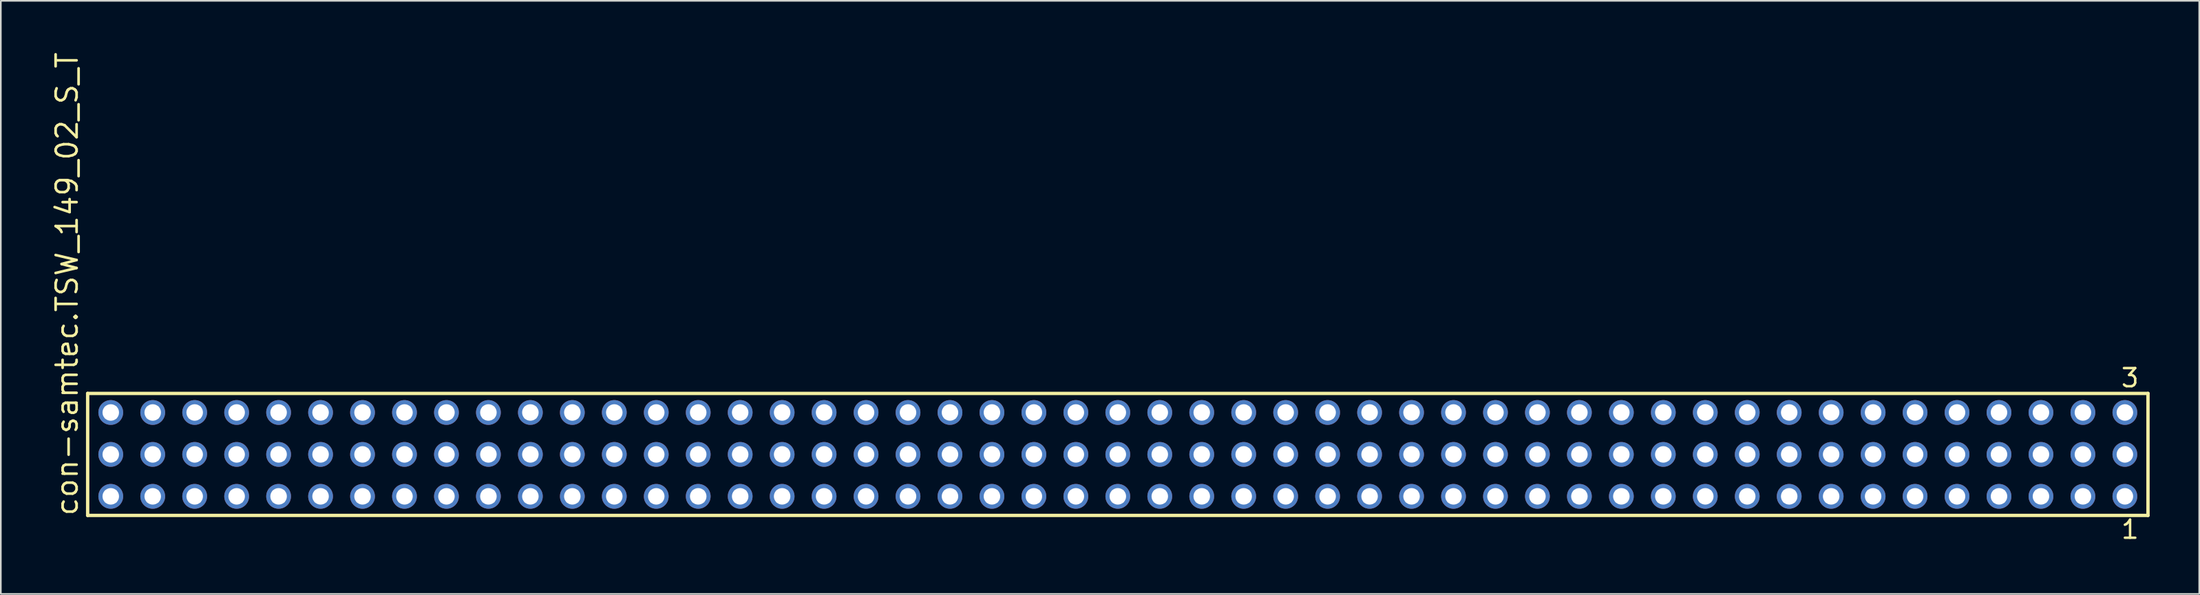
<source format=kicad_pcb>
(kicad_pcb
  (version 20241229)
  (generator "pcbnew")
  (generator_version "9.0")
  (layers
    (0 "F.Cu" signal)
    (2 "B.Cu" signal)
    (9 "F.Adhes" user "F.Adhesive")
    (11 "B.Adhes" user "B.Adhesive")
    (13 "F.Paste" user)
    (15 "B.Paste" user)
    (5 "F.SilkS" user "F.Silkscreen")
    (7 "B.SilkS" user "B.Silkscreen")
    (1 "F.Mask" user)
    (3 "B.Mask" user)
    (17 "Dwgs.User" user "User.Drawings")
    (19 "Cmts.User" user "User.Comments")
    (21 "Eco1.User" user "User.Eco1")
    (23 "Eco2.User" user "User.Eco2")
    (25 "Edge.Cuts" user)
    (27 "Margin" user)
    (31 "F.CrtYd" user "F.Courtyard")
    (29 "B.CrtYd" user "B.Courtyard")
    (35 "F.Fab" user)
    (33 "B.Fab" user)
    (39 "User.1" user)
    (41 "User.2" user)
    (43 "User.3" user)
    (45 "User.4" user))
  (footprint "con-samtec.TSW_149_02_S_T"
    (layer "F.Cu")
    (at 64.615 24.477)
    (property "Reference" "con-samtec.TSW_149_02_S_T" (at -62.865 3.81 90) (layer "F.SilkS") (effects (font (size 1.27 1.27) (thickness 0.16)) (justify left bottom)))
    (attr through_hole)
    (fp_line (start -62.359 -3.695) (end 62.359 -3.695) (stroke (width 0.203) (type default)) (layer "F.SilkS"))
    (fp_line (start -62.359 3.695) (end -62.359 -3.695) (stroke (width 0.203) (type default)) (layer "F.SilkS"))
    (fp_line (start 62.359 -3.695) (end 62.359 3.695) (stroke (width 0.203) (type default)) (layer "F.SilkS"))
    (fp_line (start 62.359 3.695) (end -62.359 3.695) (stroke (width 0.203) (type default)) (layer "F.SilkS"))
    (fp_rect (start -61.31 -2.19) (end -60.61 -2.89) (stroke (width 0.05) (type default)) (fill no) (layer "F.Fab"))
    (fp_rect (start -61.31 0.35) (end -60.61 -0.35) (stroke (width 0.05) (type default)) (fill no) (layer "F.Fab"))
    (fp_rect (start -61.31 2.89) (end -60.61 2.19) (stroke (width 0.05) (type default)) (fill no) (layer "F.Fab"))
    (fp_rect (start -58.77 -2.19) (end -58.07 -2.89) (stroke (width 0.05) (type default)) (fill no) (layer "F.Fab"))
    (fp_rect (start -58.77 0.35) (end -58.07 -0.35) (stroke (width 0.05) (type default)) (fill no) (layer "F.Fab"))
    (fp_rect (start -58.77 2.89) (end -58.07 2.19) (stroke (width 0.05) (type default)) (fill no) (layer "F.Fab"))
    (fp_rect (start -56.23 -2.19) (end -55.53 -2.89) (stroke (width 0.05) (type default)) (fill no) (layer "F.Fab"))
    (fp_rect (start -56.23 0.35) (end -55.53 -0.35) (stroke (width 0.05) (type default)) (fill no) (layer "F.Fab"))
    (fp_rect (start -56.23 2.89) (end -55.53 2.19) (stroke (width 0.05) (type default)) (fill no) (layer "F.Fab"))
    (fp_rect (start -53.69 -2.19) (end -52.99 -2.89) (stroke (width 0.05) (type default)) (fill no) (layer "F.Fab"))
    (fp_rect (start -53.69 0.35) (end -52.99 -0.35) (stroke (width 0.05) (type default)) (fill no) (layer "F.Fab"))
    (fp_rect (start -53.69 2.89) (end -52.99 2.19) (stroke (width 0.05) (type default)) (fill no) (layer "F.Fab"))
    (fp_rect (start -51.15 -2.19) (end -50.45 -2.89) (stroke (width 0.05) (type default)) (fill no) (layer "F.Fab"))
    (fp_rect (start -51.15 0.35) (end -50.45 -0.35) (stroke (width 0.05) (type default)) (fill no) (layer "F.Fab"))
    (fp_rect (start -51.15 2.89) (end -50.45 2.19) (stroke (width 0.05) (type default)) (fill no) (layer "F.Fab"))
    (fp_rect (start -48.61 -2.19) (end -47.91 -2.89) (stroke (width 0.05) (type default)) (fill no) (layer "F.Fab"))
    (fp_rect (start -48.61 0.35) (end -47.91 -0.35) (stroke (width 0.05) (type default)) (fill no) (layer "F.Fab"))
    (fp_rect (start -48.61 2.89) (end -47.91 2.19) (stroke (width 0.05) (type default)) (fill no) (layer "F.Fab"))
    (fp_rect (start -46.07 -2.19) (end -45.37 -2.89) (stroke (width 0.05) (type default)) (fill no) (layer "F.Fab"))
    (fp_rect (start -46.07 0.35) (end -45.37 -0.35) (stroke (width 0.05) (type default)) (fill no) (layer "F.Fab"))
    (fp_rect (start -46.07 2.89) (end -45.37 2.19) (stroke (width 0.05) (type default)) (fill no) (layer "F.Fab"))
    (fp_rect (start -43.53 -2.19) (end -42.83 -2.89) (stroke (width 0.05) (type default)) (fill no) (layer "F.Fab"))
    (fp_rect (start -43.53 0.35) (end -42.83 -0.35) (stroke (width 0.05) (type default)) (fill no) (layer "F.Fab"))
    (fp_rect (start -43.53 2.89) (end -42.83 2.19) (stroke (width 0.05) (type default)) (fill no) (layer "F.Fab"))
    (fp_rect (start -40.99 -2.19) (end -40.29 -2.89) (stroke (width 0.05) (type default)) (fill no) (layer "F.Fab"))
    (fp_rect (start -40.99 0.35) (end -40.29 -0.35) (stroke (width 0.05) (type default)) (fill no) (layer "F.Fab"))
    (fp_rect (start -40.99 2.89) (end -40.29 2.19) (stroke (width 0.05) (type default)) (fill no) (layer "F.Fab"))
    (fp_rect (start -38.45 -2.19) (end -37.75 -2.89) (stroke (width 0.05) (type default)) (fill no) (layer "F.Fab"))
    (fp_rect (start -38.45 0.35) (end -37.75 -0.35) (stroke (width 0.05) (type default)) (fill no) (layer "F.Fab"))
    (fp_rect (start -38.45 2.89) (end -37.75 2.19) (stroke (width 0.05) (type default)) (fill no) (layer "F.Fab"))
    (fp_rect (start -35.91 -2.19) (end -35.21 -2.89) (stroke (width 0.05) (type default)) (fill no) (layer "F.Fab"))
    (fp_rect (start -35.91 0.35) (end -35.21 -0.35) (stroke (width 0.05) (type default)) (fill no) (layer "F.Fab"))
    (fp_rect (start -35.91 2.89) (end -35.21 2.19) (stroke (width 0.05) (type default)) (fill no) (layer "F.Fab"))
    (fp_rect (start -33.37 -2.19) (end -32.67 -2.89) (stroke (width 0.05) (type default)) (fill no) (layer "F.Fab"))
    (fp_rect (start -33.37 0.35) (end -32.67 -0.35) (stroke (width 0.05) (type default)) (fill no) (layer "F.Fab"))
    (fp_rect (start -33.37 2.89) (end -32.67 2.19) (stroke (width 0.05) (type default)) (fill no) (layer "F.Fab"))
    (fp_rect (start -30.83 -2.19) (end -30.13 -2.89) (stroke (width 0.05) (type default)) (fill no) (layer "F.Fab"))
    (fp_rect (start -30.83 0.35) (end -30.13 -0.35) (stroke (width 0.05) (type default)) (fill no) (layer "F.Fab"))
    (fp_rect (start -30.83 2.89) (end -30.13 2.19) (stroke (width 0.05) (type default)) (fill no) (layer "F.Fab"))
    (fp_rect (start -28.29 -2.19) (end -27.59 -2.89) (stroke (width 0.05) (type default)) (fill no) (layer "F.Fab"))
    (fp_rect (start -28.29 0.35) (end -27.59 -0.35) (stroke (width 0.05) (type default)) (fill no) (layer "F.Fab"))
    (fp_rect (start -28.29 2.89) (end -27.59 2.19) (stroke (width 0.05) (type default)) (fill no) (layer "F.Fab"))
    (fp_rect (start -25.75 -2.19) (end -25.05 -2.89) (stroke (width 0.05) (type default)) (fill no) (layer "F.Fab"))
    (fp_rect (start -25.75 0.35) (end -25.05 -0.35) (stroke (width 0.05) (type default)) (fill no) (layer "F.Fab"))
    (fp_rect (start -25.75 2.89) (end -25.05 2.19) (stroke (width 0.05) (type default)) (fill no) (layer "F.Fab"))
    (fp_rect (start -23.21 -2.19) (end -22.51 -2.89) (stroke (width 0.05) (type default)) (fill no) (layer "F.Fab"))
    (fp_rect (start -23.21 0.35) (end -22.51 -0.35) (stroke (width 0.05) (type default)) (fill no) (layer "F.Fab"))
    (fp_rect (start -23.21 2.89) (end -22.51 2.19) (stroke (width 0.05) (type default)) (fill no) (layer "F.Fab"))
    (fp_rect (start -20.67 -2.19) (end -19.97 -2.89) (stroke (width 0.05) (type default)) (fill no) (layer "F.Fab"))
    (fp_rect (start -20.67 0.35) (end -19.97 -0.35) (stroke (width 0.05) (type default)) (fill no) (layer "F.Fab"))
    (fp_rect (start -20.67 2.89) (end -19.97 2.19) (stroke (width 0.05) (type default)) (fill no) (layer "F.Fab"))
    (fp_rect (start -18.13 -2.19) (end -17.43 -2.89) (stroke (width 0.05) (type default)) (fill no) (layer "F.Fab"))
    (fp_rect (start -18.13 0.35) (end -17.43 -0.35) (stroke (width 0.05) (type default)) (fill no) (layer "F.Fab"))
    (fp_rect (start -18.13 2.89) (end -17.43 2.19) (stroke (width 0.05) (type default)) (fill no) (layer "F.Fab"))
    (fp_rect (start -15.59 -2.19) (end -14.89 -2.89) (stroke (width 0.05) (type default)) (fill no) (layer "F.Fab"))
    (fp_rect (start -15.59 0.35) (end -14.89 -0.35) (stroke (width 0.05) (type default)) (fill no) (layer "F.Fab"))
    (fp_rect (start -15.59 2.89) (end -14.89 2.19) (stroke (width 0.05) (type default)) (fill no) (layer "F.Fab"))
    (fp_rect (start -13.05 -2.19) (end -12.35 -2.89) (stroke (width 0.05) (type default)) (fill no) (layer "F.Fab"))
    (fp_rect (start -13.05 0.35) (end -12.35 -0.35) (stroke (width 0.05) (type default)) (fill no) (layer "F.Fab"))
    (fp_rect (start -13.05 2.89) (end -12.35 2.19) (stroke (width 0.05) (type default)) (fill no) (layer "F.Fab"))
    (fp_rect (start -10.51 -2.19) (end -9.81 -2.89) (stroke (width 0.05) (type default)) (fill no) (layer "F.Fab"))
    (fp_rect (start -10.51 0.35) (end -9.81 -0.35) (stroke (width 0.05) (type default)) (fill no) (layer "F.Fab"))
    (fp_rect (start -10.51 2.89) (end -9.81 2.19) (stroke (width 0.05) (type default)) (fill no) (layer "F.Fab"))
    (fp_rect (start -7.97 -2.19) (end -7.27 -2.89) (stroke (width 0.05) (type default)) (fill no) (layer "F.Fab"))
    (fp_rect (start -7.97 0.35) (end -7.27 -0.35) (stroke (width 0.05) (type default)) (fill no) (layer "F.Fab"))
    (fp_rect (start -7.97 2.89) (end -7.27 2.19) (stroke (width 0.05) (type default)) (fill no) (layer "F.Fab"))
    (fp_rect (start -5.43 -2.19) (end -4.73 -2.89) (stroke (width 0.05) (type default)) (fill no) (layer "F.Fab"))
    (fp_rect (start -5.43 0.35) (end -4.73 -0.35) (stroke (width 0.05) (type default)) (fill no) (layer "F.Fab"))
    (fp_rect (start -5.43 2.89) (end -4.73 2.19) (stroke (width 0.05) (type default)) (fill no) (layer "F.Fab"))
    (fp_rect (start -2.89 -2.19) (end -2.19 -2.89) (stroke (width 0.05) (type default)) (fill no) (layer "F.Fab"))
    (fp_rect (start -2.89 0.35) (end -2.19 -0.35) (stroke (width 0.05) (type default)) (fill no) (layer "F.Fab"))
    (fp_rect (start -2.89 2.89) (end -2.19 2.19) (stroke (width 0.05) (type default)) (fill no) (layer "F.Fab"))
    (fp_rect (start -0.35 -2.19) (end 0.35 -2.89) (stroke (width 0.05) (type default)) (fill no) (layer "F.Fab"))
    (fp_rect (start -0.35 0.35) (end 0.35 -0.35) (stroke (width 0.05) (type default)) (fill no) (layer "F.Fab"))
    (fp_rect (start -0.35 2.89) (end 0.35 2.19) (stroke (width 0.05) (type default)) (fill no) (layer "F.Fab"))
    (fp_rect (start 2.19 -2.19) (end 2.89 -2.89) (stroke (width 0.05) (type default)) (fill no) (layer "F.Fab"))
    (fp_rect (start 2.19 0.35) (end 2.89 -0.35) (stroke (width 0.05) (type default)) (fill no) (layer "F.Fab"))
    (fp_rect (start 2.19 2.89) (end 2.89 2.19) (stroke (width 0.05) (type default)) (fill no) (layer "F.Fab"))
    (fp_rect (start 4.73 -2.19) (end 5.43 -2.89) (stroke (width 0.05) (type default)) (fill no) (layer "F.Fab"))
    (fp_rect (start 4.73 0.35) (end 5.43 -0.35) (stroke (width 0.05) (type default)) (fill no) (layer "F.Fab"))
    (fp_rect (start 4.73 2.89) (end 5.43 2.19) (stroke (width 0.05) (type default)) (fill no) (layer "F.Fab"))
    (fp_rect (start 7.27 -2.19) (end 7.97 -2.89) (stroke (width 0.05) (type default)) (fill no) (layer "F.Fab"))
    (fp_rect (start 7.27 0.35) (end 7.97 -0.35) (stroke (width 0.05) (type default)) (fill no) (layer "F.Fab"))
    (fp_rect (start 7.27 2.89) (end 7.97 2.19) (stroke (width 0.05) (type default)) (fill no) (layer "F.Fab"))
    (fp_rect (start 9.81 -2.19) (end 10.51 -2.89) (stroke (width 0.05) (type default)) (fill no) (layer "F.Fab"))
    (fp_rect (start 9.81 0.35) (end 10.51 -0.35) (stroke (width 0.05) (type default)) (fill no) (layer "F.Fab"))
    (fp_rect (start 9.81 2.89) (end 10.51 2.19) (stroke (width 0.05) (type default)) (fill no) (layer "F.Fab"))
    (fp_rect (start 12.35 -2.19) (end 13.05 -2.89) (stroke (width 0.05) (type default)) (fill no) (layer "F.Fab"))
    (fp_rect (start 12.35 0.35) (end 13.05 -0.35) (stroke (width 0.05) (type default)) (fill no) (layer "F.Fab"))
    (fp_rect (start 12.35 2.89) (end 13.05 2.19) (stroke (width 0.05) (type default)) (fill no) (layer "F.Fab"))
    (fp_rect (start 14.89 -2.19) (end 15.59 -2.89) (stroke (width 0.05) (type default)) (fill no) (layer "F.Fab"))
    (fp_rect (start 14.89 0.35) (end 15.59 -0.35) (stroke (width 0.05) (type default)) (fill no) (layer "F.Fab"))
    (fp_rect (start 14.89 2.89) (end 15.59 2.19) (stroke (width 0.05) (type default)) (fill no) (layer "F.Fab"))
    (fp_rect (start 17.43 -2.19) (end 18.13 -2.89) (stroke (width 0.05) (type default)) (fill no) (layer "F.Fab"))
    (fp_rect (start 17.43 0.35) (end 18.13 -0.35) (stroke (width 0.05) (type default)) (fill no) (layer "F.Fab"))
    (fp_rect (start 17.43 2.89) (end 18.13 2.19) (stroke (width 0.05) (type default)) (fill no) (layer "F.Fab"))
    (fp_rect (start 19.97 -2.19) (end 20.67 -2.89) (stroke (width 0.05) (type default)) (fill no) (layer "F.Fab"))
    (fp_rect (start 19.97 0.35) (end 20.67 -0.35) (stroke (width 0.05) (type default)) (fill no) (layer "F.Fab"))
    (fp_rect (start 19.97 2.89) (end 20.67 2.19) (stroke (width 0.05) (type default)) (fill no) (layer "F.Fab"))
    (fp_rect (start 22.51 -2.19) (end 23.21 -2.89) (stroke (width 0.05) (type default)) (fill no) (layer "F.Fab"))
    (fp_rect (start 22.51 0.35) (end 23.21 -0.35) (stroke (width 0.05) (type default)) (fill no) (layer "F.Fab"))
    (fp_rect (start 22.51 2.89) (end 23.21 2.19) (stroke (width 0.05) (type default)) (fill no) (layer "F.Fab"))
    (fp_rect (start 25.05 -2.19) (end 25.75 -2.89) (stroke (width 0.05) (type default)) (fill no) (layer "F.Fab"))
    (fp_rect (start 25.05 0.35) (end 25.75 -0.35) (stroke (width 0.05) (type default)) (fill no) (layer "F.Fab"))
    (fp_rect (start 25.05 2.89) (end 25.75 2.19) (stroke (width 0.05) (type default)) (fill no) (layer "F.Fab"))
    (fp_rect (start 27.59 -2.19) (end 28.29 -2.89) (stroke (width 0.05) (type default)) (fill no) (layer "F.Fab"))
    (fp_rect (start 27.59 0.35) (end 28.29 -0.35) (stroke (width 0.05) (type default)) (fill no) (layer "F.Fab"))
    (fp_rect (start 27.59 2.89) (end 28.29 2.19) (stroke (width 0.05) (type default)) (fill no) (layer "F.Fab"))
    (fp_rect (start 30.13 -2.19) (end 30.83 -2.89) (stroke (width 0.05) (type default)) (fill no) (layer "F.Fab"))
    (fp_rect (start 30.13 0.35) (end 30.83 -0.35) (stroke (width 0.05) (type default)) (fill no) (layer "F.Fab"))
    (fp_rect (start 30.13 2.89) (end 30.83 2.19) (stroke (width 0.05) (type default)) (fill no) (layer "F.Fab"))
    (fp_rect (start 32.67 -2.19) (end 33.37 -2.89) (stroke (width 0.05) (type default)) (fill no) (layer "F.Fab"))
    (fp_rect (start 32.67 0.35) (end 33.37 -0.35) (stroke (width 0.05) (type default)) (fill no) (layer "F.Fab"))
    (fp_rect (start 32.67 2.89) (end 33.37 2.19) (stroke (width 0.05) (type default)) (fill no) (layer "F.Fab"))
    (fp_rect (start 35.21 -2.19) (end 35.91 -2.89) (stroke (width 0.05) (type default)) (fill no) (layer "F.Fab"))
    (fp_rect (start 35.21 0.35) (end 35.91 -0.35) (stroke (width 0.05) (type default)) (fill no) (layer "F.Fab"))
    (fp_rect (start 35.21 2.89) (end 35.91 2.19) (stroke (width 0.05) (type default)) (fill no) (layer "F.Fab"))
    (fp_rect (start 37.75 -2.19) (end 38.45 -2.89) (stroke (width 0.05) (type default)) (fill no) (layer "F.Fab"))
    (fp_rect (start 37.75 0.35) (end 38.45 -0.35) (stroke (width 0.05) (type default)) (fill no) (layer "F.Fab"))
    (fp_rect (start 37.75 2.89) (end 38.45 2.19) (stroke (width 0.05) (type default)) (fill no) (layer "F.Fab"))
    (fp_rect (start 40.29 -2.19) (end 40.99 -2.89) (stroke (width 0.05) (type default)) (fill no) (layer "F.Fab"))
    (fp_rect (start 40.29 0.35) (end 40.99 -0.35) (stroke (width 0.05) (type default)) (fill no) (layer "F.Fab"))
    (fp_rect (start 40.29 2.89) (end 40.99 2.19) (stroke (width 0.05) (type default)) (fill no) (layer "F.Fab"))
    (fp_rect (start 42.83 -2.19) (end 43.53 -2.89) (stroke (width 0.05) (type default)) (fill no) (layer "F.Fab"))
    (fp_rect (start 42.83 0.35) (end 43.53 -0.35) (stroke (width 0.05) (type default)) (fill no) (layer "F.Fab"))
    (fp_rect (start 42.83 2.89) (end 43.53 2.19) (stroke (width 0.05) (type default)) (fill no) (layer "F.Fab"))
    (fp_rect (start 45.37 -2.19) (end 46.07 -2.89) (stroke (width 0.05) (type default)) (fill no) (layer "F.Fab"))
    (fp_rect (start 45.37 0.35) (end 46.07 -0.35) (stroke (width 0.05) (type default)) (fill no) (layer "F.Fab"))
    (fp_rect (start 45.37 2.89) (end 46.07 2.19) (stroke (width 0.05) (type default)) (fill no) (layer "F.Fab"))
    (fp_rect (start 47.91 -2.19) (end 48.61 -2.89) (stroke (width 0.05) (type default)) (fill no) (layer "F.Fab"))
    (fp_rect (start 47.91 0.35) (end 48.61 -0.35) (stroke (width 0.05) (type default)) (fill no) (layer "F.Fab"))
    (fp_rect (start 47.91 2.89) (end 48.61 2.19) (stroke (width 0.05) (type default)) (fill no) (layer "F.Fab"))
    (fp_rect (start 50.45 -2.19) (end 51.15 -2.89) (stroke (width 0.05) (type default)) (fill no) (layer "F.Fab"))
    (fp_rect (start 50.45 0.35) (end 51.15 -0.35) (stroke (width 0.05) (type default)) (fill no) (layer "F.Fab"))
    (fp_rect (start 50.45 2.89) (end 51.15 2.19) (stroke (width 0.05) (type default)) (fill no) (layer "F.Fab"))
    (fp_rect (start 52.99 -2.19) (end 53.69 -2.89) (stroke (width 0.05) (type default)) (fill no) (layer "F.Fab"))
    (fp_rect (start 52.99 0.35) (end 53.69 -0.35) (stroke (width 0.05) (type default)) (fill no) (layer "F.Fab"))
    (fp_rect (start 52.99 2.89) (end 53.69 2.19) (stroke (width 0.05) (type default)) (fill no) (layer "F.Fab"))
    (fp_rect (start 55.53 -2.19) (end 56.23 -2.89) (stroke (width 0.05) (type default)) (fill no) (layer "F.Fab"))
    (fp_rect (start 55.53 0.35) (end 56.23 -0.35) (stroke (width 0.05) (type default)) (fill no) (layer "F.Fab"))
    (fp_rect (start 55.53 2.89) (end 56.23 2.19) (stroke (width 0.05) (type default)) (fill no) (layer "F.Fab"))
    (fp_rect (start 58.07 -2.19) (end 58.77 -2.89) (stroke (width 0.05) (type default)) (fill no) (layer "F.Fab"))
    (fp_rect (start 58.07 0.35) (end 58.77 -0.35) (stroke (width 0.05) (type default)) (fill no) (layer "F.Fab"))
    (fp_rect (start 58.07 2.89) (end 58.77 2.19) (stroke (width 0.05) (type default)) (fill no) (layer "F.Fab"))
    (fp_rect (start 60.61 -2.19) (end 61.31 -2.89) (stroke (width 0.05) (type default)) (fill no) (layer "F.Fab"))
    (fp_rect (start 60.61 0.35) (end 61.31 -0.35) (stroke (width 0.05) (type default)) (fill no) (layer "F.Fab"))
    (fp_rect (start 60.61 2.89) (end 61.31 2.19) (stroke (width 0.05) (type default)) (fill no) (layer "F.Fab"))
    (fp_text user "1" (at 60.652 5.188 0) (layer "F.SilkS") (effects (font (size 1.1 1.1) (thickness 0.15)) (justify left bottom)))
    (fp_text user "3" (at 60.648 -3.989 0) (layer "F.SilkS") (effects (font (size 1.1 1.1) (thickness 0.15)) (justify left bottom)))
    (pad "1" thru_hole circle (at 60.96 2.54 180) (size 1.5 1.5) (drill 1) (layers "*.Cu" "*.Mask"))
    (pad "2" thru_hole circle (at 60.96 0 180) (size 1.5 1.5) (drill 1) (layers "*.Cu" "*.Mask"))
    (pad "3" thru_hole circle (at 60.96 -2.54 180) (size 1.5 1.5) (drill 1) (layers "*.Cu" "*.Mask"))
    (pad "4" thru_hole circle (at 58.42 2.54 180) (size 1.5 1.5) (drill 1) (layers "*.Cu" "*.Mask"))
    (pad "5" thru_hole circle (at 58.42 0 180) (size 1.5 1.5) (drill 1) (layers "*.Cu" "*.Mask"))
    (pad "6" thru_hole circle (at 58.42 -2.54 180) (size 1.5 1.5) (drill 1) (layers "*.Cu" "*.Mask"))
    (pad "7" thru_hole circle (at 55.88 2.54 180) (size 1.5 1.5) (drill 1) (layers "*.Cu" "*.Mask"))
    (pad "8" thru_hole circle (at 55.88 0 180) (size 1.5 1.5) (drill 1) (layers "*.Cu" "*.Mask"))
    (pad "9" thru_hole circle (at 55.88 -2.54 180) (size 1.5 1.5) (drill 1) (layers "*.Cu" "*.Mask"))
    (pad "10" thru_hole circle (at 53.34 2.54 180) (size 1.5 1.5) (drill 1) (layers "*.Cu" "*.Mask"))
    (pad "11" thru_hole circle (at 53.34 0 180) (size 1.5 1.5) (drill 1) (layers "*.Cu" "*.Mask"))
    (pad "12" thru_hole circle (at 53.34 -2.54 180) (size 1.5 1.5) (drill 1) (layers "*.Cu" "*.Mask"))
    (pad "13" thru_hole circle (at 50.8 2.54 180) (size 1.5 1.5) (drill 1) (layers "*.Cu" "*.Mask"))
    (pad "14" thru_hole circle (at 50.8 0 180) (size 1.5 1.5) (drill 1) (layers "*.Cu" "*.Mask"))
    (pad "15" thru_hole circle (at 50.8 -2.54 180) (size 1.5 1.5) (drill 1) (layers "*.Cu" "*.Mask"))
    (pad "16" thru_hole circle (at 48.26 2.54 180) (size 1.5 1.5) (drill 1) (layers "*.Cu" "*.Mask"))
    (pad "17" thru_hole circle (at 48.26 0 180) (size 1.5 1.5) (drill 1) (layers "*.Cu" "*.Mask"))
    (pad "18" thru_hole circle (at 48.26 -2.54 180) (size 1.5 1.5) (drill 1) (layers "*.Cu" "*.Mask"))
    (pad "19" thru_hole circle (at 45.72 2.54 180) (size 1.5 1.5) (drill 1) (layers "*.Cu" "*.Mask"))
    (pad "20" thru_hole circle (at 45.72 0 180) (size 1.5 1.5) (drill 1) (layers "*.Cu" "*.Mask"))
    (pad "21" thru_hole circle (at 45.72 -2.54 180) (size 1.5 1.5) (drill 1) (layers "*.Cu" "*.Mask"))
    (pad "22" thru_hole circle (at 43.18 2.54 180) (size 1.5 1.5) (drill 1) (layers "*.Cu" "*.Mask"))
    (pad "23" thru_hole circle (at 43.18 0 180) (size 1.5 1.5) (drill 1) (layers "*.Cu" "*.Mask"))
    (pad "24" thru_hole circle (at 43.18 -2.54 180) (size 1.5 1.5) (drill 1) (layers "*.Cu" "*.Mask"))
    (pad "25" thru_hole circle (at 40.64 2.54 180) (size 1.5 1.5) (drill 1) (layers "*.Cu" "*.Mask"))
    (pad "26" thru_hole circle (at 40.64 0 180) (size 1.5 1.5) (drill 1) (layers "*.Cu" "*.Mask"))
    (pad "27" thru_hole circle (at 40.64 -2.54 180) (size 1.5 1.5) (drill 1) (layers "*.Cu" "*.Mask"))
    (pad "28" thru_hole circle (at 38.1 2.54 180) (size 1.5 1.5) (drill 1) (layers "*.Cu" "*.Mask"))
    (pad "29" thru_hole circle (at 38.1 0 180) (size 1.5 1.5) (drill 1) (layers "*.Cu" "*.Mask"))
    (pad "30" thru_hole circle (at 38.1 -2.54 180) (size 1.5 1.5) (drill 1) (layers "*.Cu" "*.Mask"))
    (pad "31" thru_hole circle (at 35.56 2.54 180) (size 1.5 1.5) (drill 1) (layers "*.Cu" "*.Mask"))
    (pad "32" thru_hole circle (at 35.56 0 180) (size 1.5 1.5) (drill 1) (layers "*.Cu" "*.Mask"))
    (pad "33" thru_hole circle (at 35.56 -2.54 180) (size 1.5 1.5) (drill 1) (layers "*.Cu" "*.Mask"))
    (pad "34" thru_hole circle (at 33.02 2.54 180) (size 1.5 1.5) (drill 1) (layers "*.Cu" "*.Mask"))
    (pad "35" thru_hole circle (at 33.02 0 180) (size 1.5 1.5) (drill 1) (layers "*.Cu" "*.Mask"))
    (pad "36" thru_hole circle (at 33.02 -2.54 180) (size 1.5 1.5) (drill 1) (layers "*.Cu" "*.Mask"))
    (pad "37" thru_hole circle (at 30.48 2.54 180) (size 1.5 1.5) (drill 1) (layers "*.Cu" "*.Mask"))
    (pad "38" thru_hole circle (at 30.48 0 180) (size 1.5 1.5) (drill 1) (layers "*.Cu" "*.Mask"))
    (pad "39" thru_hole circle (at 30.48 -2.54 180) (size 1.5 1.5) (drill 1) (layers "*.Cu" "*.Mask"))
    (pad "40" thru_hole circle (at 27.94 2.54 180) (size 1.5 1.5) (drill 1) (layers "*.Cu" "*.Mask"))
    (pad "41" thru_hole circle (at 27.94 0 180) (size 1.5 1.5) (drill 1) (layers "*.Cu" "*.Mask"))
    (pad "42" thru_hole circle (at 27.94 -2.54 180) (size 1.5 1.5) (drill 1) (layers "*.Cu" "*.Mask"))
    (pad "43" thru_hole circle (at 25.4 2.54 180) (size 1.5 1.5) (drill 1) (layers "*.Cu" "*.Mask"))
    (pad "44" thru_hole circle (at 25.4 0 180) (size 1.5 1.5) (drill 1) (layers "*.Cu" "*.Mask"))
    (pad "45" thru_hole circle (at 25.4 -2.54 180) (size 1.5 1.5) (drill 1) (layers "*.Cu" "*.Mask"))
    (pad "46" thru_hole circle (at 22.86 2.54 180) (size 1.5 1.5) (drill 1) (layers "*.Cu" "*.Mask"))
    (pad "47" thru_hole circle (at 22.86 0 180) (size 1.5 1.5) (drill 1) (layers "*.Cu" "*.Mask"))
    (pad "48" thru_hole circle (at 22.86 -2.54 180) (size 1.5 1.5) (drill 1) (layers "*.Cu" "*.Mask"))
    (pad "49" thru_hole circle (at 20.32 2.54 180) (size 1.5 1.5) (drill 1) (layers "*.Cu" "*.Mask"))
    (pad "50" thru_hole circle (at 20.32 0 180) (size 1.5 1.5) (drill 1) (layers "*.Cu" "*.Mask"))
    (pad "51" thru_hole circle (at 20.32 -2.54 180) (size 1.5 1.5) (drill 1) (layers "*.Cu" "*.Mask"))
    (pad "52" thru_hole circle (at 17.78 2.54 180) (size 1.5 1.5) (drill 1) (layers "*.Cu" "*.Mask"))
    (pad "53" thru_hole circle (at 17.78 0 180) (size 1.5 1.5) (drill 1) (layers "*.Cu" "*.Mask"))
    (pad "54" thru_hole circle (at 17.78 -2.54 180) (size 1.5 1.5) (drill 1) (layers "*.Cu" "*.Mask"))
    (pad "55" thru_hole circle (at 15.24 2.54 180) (size 1.5 1.5) (drill 1) (layers "*.Cu" "*.Mask"))
    (pad "56" thru_hole circle (at 15.24 0 180) (size 1.5 1.5) (drill 1) (layers "*.Cu" "*.Mask"))
    (pad "57" thru_hole circle (at 15.24 -2.54 180) (size 1.5 1.5) (drill 1) (layers "*.Cu" "*.Mask"))
    (pad "58" thru_hole circle (at 12.7 2.54 180) (size 1.5 1.5) (drill 1) (layers "*.Cu" "*.Mask"))
    (pad "59" thru_hole circle (at 12.7 0 180) (size 1.5 1.5) (drill 1) (layers "*.Cu" "*.Mask"))
    (pad "60" thru_hole circle (at 12.7 -2.54 180) (size 1.5 1.5) (drill 1) (layers "*.Cu" "*.Mask"))
    (pad "61" thru_hole circle (at 10.16 2.54 180) (size 1.5 1.5) (drill 1) (layers "*.Cu" "*.Mask"))
    (pad "62" thru_hole circle (at 10.16 0 180) (size 1.5 1.5) (drill 1) (layers "*.Cu" "*.Mask"))
    (pad "63" thru_hole circle (at 10.16 -2.54 180) (size 1.5 1.5) (drill 1) (layers "*.Cu" "*.Mask"))
    (pad "64" thru_hole circle (at 7.62 2.54 180) (size 1.5 1.5) (drill 1) (layers "*.Cu" "*.Mask"))
    (pad "65" thru_hole circle (at 7.62 0 180) (size 1.5 1.5) (drill 1) (layers "*.Cu" "*.Mask"))
    (pad "66" thru_hole circle (at 7.62 -2.54 180) (size 1.5 1.5) (drill 1) (layers "*.Cu" "*.Mask"))
    (pad "67" thru_hole circle (at 5.08 2.54 180) (size 1.5 1.5) (drill 1) (layers "*.Cu" "*.Mask"))
    (pad "68" thru_hole circle (at 5.08 0 180) (size 1.5 1.5) (drill 1) (layers "*.Cu" "*.Mask"))
    (pad "69" thru_hole circle (at 5.08 -2.54 180) (size 1.5 1.5) (drill 1) (layers "*.Cu" "*.Mask"))
    (pad "70" thru_hole circle (at 2.54 2.54 180) (size 1.5 1.5) (drill 1) (layers "*.Cu" "*.Mask"))
    (pad "71" thru_hole circle (at 2.54 0 180) (size 1.5 1.5) (drill 1) (layers "*.Cu" "*.Mask"))
    (pad "72" thru_hole circle (at 2.54 -2.54 180) (size 1.5 1.5) (drill 1) (layers "*.Cu" "*.Mask"))
    (pad "73" thru_hole circle (at 0 2.54 180) (size 1.5 1.5) (drill 1) (layers "*.Cu" "*.Mask"))
    (pad "74" thru_hole circle (at 0 0 180) (size 1.5 1.5) (drill 1) (layers "*.Cu" "*.Mask"))
    (pad "75" thru_hole circle (at 0 -2.54 180) (size 1.5 1.5) (drill 1) (layers "*.Cu" "*.Mask"))
    (pad "76" thru_hole circle (at -2.54 2.54 180) (size 1.5 1.5) (drill 1) (layers "*.Cu" "*.Mask"))
    (pad "77" thru_hole circle (at -2.54 0 180) (size 1.5 1.5) (drill 1) (layers "*.Cu" "*.Mask"))
    (pad "78" thru_hole circle (at -2.54 -2.54 180) (size 1.5 1.5) (drill 1) (layers "*.Cu" "*.Mask"))
    (pad "79" thru_hole circle (at -5.08 2.54 180) (size 1.5 1.5) (drill 1) (layers "*.Cu" "*.Mask"))
    (pad "80" thru_hole circle (at -5.08 0 180) (size 1.5 1.5) (drill 1) (layers "*.Cu" "*.Mask"))
    (pad "81" thru_hole circle (at -5.08 -2.54 180) (size 1.5 1.5) (drill 1) (layers "*.Cu" "*.Mask"))
    (pad "82" thru_hole circle (at -7.62 2.54 180) (size 1.5 1.5) (drill 1) (layers "*.Cu" "*.Mask"))
    (pad "83" thru_hole circle (at -7.62 0 180) (size 1.5 1.5) (drill 1) (layers "*.Cu" "*.Mask"))
    (pad "84" thru_hole circle (at -7.62 -2.54 180) (size 1.5 1.5) (drill 1) (layers "*.Cu" "*.Mask"))
    (pad "85" thru_hole circle (at -10.16 2.54 180) (size 1.5 1.5) (drill 1) (layers "*.Cu" "*.Mask"))
    (pad "86" thru_hole circle (at -10.16 0 180) (size 1.5 1.5) (drill 1) (layers "*.Cu" "*.Mask"))
    (pad "87" thru_hole circle (at -10.16 -2.54 180) (size 1.5 1.5) (drill 1) (layers "*.Cu" "*.Mask"))
    (pad "88" thru_hole circle (at -12.7 2.54 180) (size 1.5 1.5) (drill 1) (layers "*.Cu" "*.Mask"))
    (pad "89" thru_hole circle (at -12.7 0 180) (size 1.5 1.5) (drill 1) (layers "*.Cu" "*.Mask"))
    (pad "90" thru_hole circle (at -12.7 -2.54 180) (size 1.5 1.5) (drill 1) (layers "*.Cu" "*.Mask"))
    (pad "91" thru_hole circle (at -15.24 2.54 180) (size 1.5 1.5) (drill 1) (layers "*.Cu" "*.Mask"))
    (pad "92" thru_hole circle (at -15.24 0 180) (size 1.5 1.5) (drill 1) (layers "*.Cu" "*.Mask"))
    (pad "93" thru_hole circle (at -15.24 -2.54 180) (size 1.5 1.5) (drill 1) (layers "*.Cu" "*.Mask"))
    (pad "94" thru_hole circle (at -17.78 2.54 180) (size 1.5 1.5) (drill 1) (layers "*.Cu" "*.Mask"))
    (pad "95" thru_hole circle (at -17.78 0 180) (size 1.5 1.5) (drill 1) (layers "*.Cu" "*.Mask"))
    (pad "96" thru_hole circle (at -17.78 -2.54 180) (size 1.5 1.5) (drill 1) (layers "*.Cu" "*.Mask"))
    (pad "97" thru_hole circle (at -20.32 2.54 180) (size 1.5 1.5) (drill 1) (layers "*.Cu" "*.Mask"))
    (pad "98" thru_hole circle (at -20.32 0 180) (size 1.5 1.5) (drill 1) (layers "*.Cu" "*.Mask"))
    (pad "99" thru_hole circle (at -20.32 -2.54 180) (size 1.5 1.5) (drill 1) (layers "*.Cu" "*.Mask"))
    (pad "100" thru_hole circle (at -22.86 2.54 180) (size 1.5 1.5) (drill 1) (layers "*.Cu" "*.Mask"))
    (pad "101" thru_hole circle (at -22.86 0 180) (size 1.5 1.5) (drill 1) (layers "*.Cu" "*.Mask"))
    (pad "102" thru_hole circle (at -22.86 -2.54 180) (size 1.5 1.5) (drill 1) (layers "*.Cu" "*.Mask"))
    (pad "103" thru_hole circle (at -25.4 2.54 180) (size 1.5 1.5) (drill 1) (layers "*.Cu" "*.Mask"))
    (pad "104" thru_hole circle (at -25.4 0 180) (size 1.5 1.5) (drill 1) (layers "*.Cu" "*.Mask"))
    (pad "105" thru_hole circle (at -25.4 -2.54 180) (size 1.5 1.5) (drill 1) (layers "*.Cu" "*.Mask"))
    (pad "106" thru_hole circle (at -27.94 2.54 180) (size 1.5 1.5) (drill 1) (layers "*.Cu" "*.Mask"))
    (pad "107" thru_hole circle (at -27.94 0 180) (size 1.5 1.5) (drill 1) (layers "*.Cu" "*.Mask"))
    (pad "108" thru_hole circle (at -27.94 -2.54 180) (size 1.5 1.5) (drill 1) (layers "*.Cu" "*.Mask"))
    (pad "109" thru_hole circle (at -30.48 2.54 180) (size 1.5 1.5) (drill 1) (layers "*.Cu" "*.Mask"))
    (pad "110" thru_hole circle (at -30.48 0 180) (size 1.5 1.5) (drill 1) (layers "*.Cu" "*.Mask"))
    (pad "111" thru_hole circle (at -30.48 -2.54 180) (size 1.5 1.5) (drill 1) (layers "*.Cu" "*.Mask"))
    (pad "112" thru_hole circle (at -33.02 2.54 180) (size 1.5 1.5) (drill 1) (layers "*.Cu" "*.Mask"))
    (pad "113" thru_hole circle (at -33.02 0 180) (size 1.5 1.5) (drill 1) (layers "*.Cu" "*.Mask"))
    (pad "114" thru_hole circle (at -33.02 -2.54 180) (size 1.5 1.5) (drill 1) (layers "*.Cu" "*.Mask"))
    (pad "115" thru_hole circle (at -35.56 2.54 180) (size 1.5 1.5) (drill 1) (layers "*.Cu" "*.Mask"))
    (pad "116" thru_hole circle (at -35.56 0 180) (size 1.5 1.5) (drill 1) (layers "*.Cu" "*.Mask"))
    (pad "117" thru_hole circle (at -35.56 -2.54 180) (size 1.5 1.5) (drill 1) (layers "*.Cu" "*.Mask"))
    (pad "118" thru_hole circle (at -38.1 2.54 180) (size 1.5 1.5) (drill 1) (layers "*.Cu" "*.Mask"))
    (pad "119" thru_hole circle (at -38.1 0 180) (size 1.5 1.5) (drill 1) (layers "*.Cu" "*.Mask"))
    (pad "120" thru_hole circle (at -38.1 -2.54 180) (size 1.5 1.5) (drill 1) (layers "*.Cu" "*.Mask"))
    (pad "121" thru_hole circle (at -40.64 2.54 180) (size 1.5 1.5) (drill 1) (layers "*.Cu" "*.Mask"))
    (pad "122" thru_hole circle (at -40.64 0 180) (size 1.5 1.5) (drill 1) (layers "*.Cu" "*.Mask"))
    (pad "123" thru_hole circle (at -40.64 -2.54 180) (size 1.5 1.5) (drill 1) (layers "*.Cu" "*.Mask"))
    (pad "124" thru_hole circle (at -43.18 2.54 180) (size 1.5 1.5) (drill 1) (layers "*.Cu" "*.Mask"))
    (pad "125" thru_hole circle (at -43.18 0 180) (size 1.5 1.5) (drill 1) (layers "*.Cu" "*.Mask"))
    (pad "126" thru_hole circle (at -43.18 -2.54 180) (size 1.5 1.5) (drill 1) (layers "*.Cu" "*.Mask"))
    (pad "127" thru_hole circle (at -45.72 2.54 180) (size 1.5 1.5) (drill 1) (layers "*.Cu" "*.Mask"))
    (pad "128" thru_hole circle (at -45.72 0 180) (size 1.5 1.5) (drill 1) (layers "*.Cu" "*.Mask"))
    (pad "129" thru_hole circle (at -45.72 -2.54 180) (size 1.5 1.5) (drill 1) (layers "*.Cu" "*.Mask"))
    (pad "130" thru_hole circle (at -48.26 2.54 180) (size 1.5 1.5) (drill 1) (layers "*.Cu" "*.Mask"))
    (pad "131" thru_hole circle (at -48.26 0 180) (size 1.5 1.5) (drill 1) (layers "*.Cu" "*.Mask"))
    (pad "132" thru_hole circle (at -48.26 -2.54 180) (size 1.5 1.5) (drill 1) (layers "*.Cu" "*.Mask"))
    (pad "133" thru_hole circle (at -50.8 2.54 180) (size 1.5 1.5) (drill 1) (layers "*.Cu" "*.Mask"))
    (pad "134" thru_hole circle (at -50.8 0 180) (size 1.5 1.5) (drill 1) (layers "*.Cu" "*.Mask"))
    (pad "135" thru_hole circle (at -50.8 -2.54 180) (size 1.5 1.5) (drill 1) (layers "*.Cu" "*.Mask"))
    (pad "136" thru_hole circle (at -53.34 2.54 180) (size 1.5 1.5) (drill 1) (layers "*.Cu" "*.Mask"))
    (pad "137" thru_hole circle (at -53.34 0 180) (size 1.5 1.5) (drill 1) (layers "*.Cu" "*.Mask"))
    (pad "138" thru_hole circle (at -53.34 -2.54 180) (size 1.5 1.5) (drill 1) (layers "*.Cu" "*.Mask"))
    (pad "139" thru_hole circle (at -55.88 2.54 180) (size 1.5 1.5) (drill 1) (layers "*.Cu" "*.Mask"))
    (pad "140" thru_hole circle (at -55.88 0 180) (size 1.5 1.5) (drill 1) (layers "*.Cu" "*.Mask"))
    (pad "141" thru_hole circle (at -55.88 -2.54 180) (size 1.5 1.5) (drill 1) (layers "*.Cu" "*.Mask"))
    (pad "142" thru_hole circle (at -58.42 2.54 180) (size 1.5 1.5) (drill 1) (layers "*.Cu" "*.Mask"))
    (pad "143" thru_hole circle (at -58.42 0 180) (size 1.5 1.5) (drill 1) (layers "*.Cu" "*.Mask"))
    (pad "144" thru_hole circle (at -58.42 -2.54 180) (size 1.5 1.5) (drill 1) (layers "*.Cu" "*.Mask"))
    (pad "145" thru_hole circle (at -60.96 2.54 180) (size 1.5 1.5) (drill 1) (layers "*.Cu" "*.Mask"))
    (pad "146" thru_hole circle (at -60.96 0 180) (size 1.5 1.5) (drill 1) (layers "*.Cu" "*.Mask"))
    (pad "147" thru_hole circle (at -60.96 -2.54 180) (size 1.5 1.5) (drill 1) (layers "*.Cu" "*.Mask")))
  (gr_rect
    (start -3 -3)
    (end 130.076 32.928)
    (stroke (width 0.1) (type default))
    (fill no)
    (layer "Edge.Cuts")))
</source>
